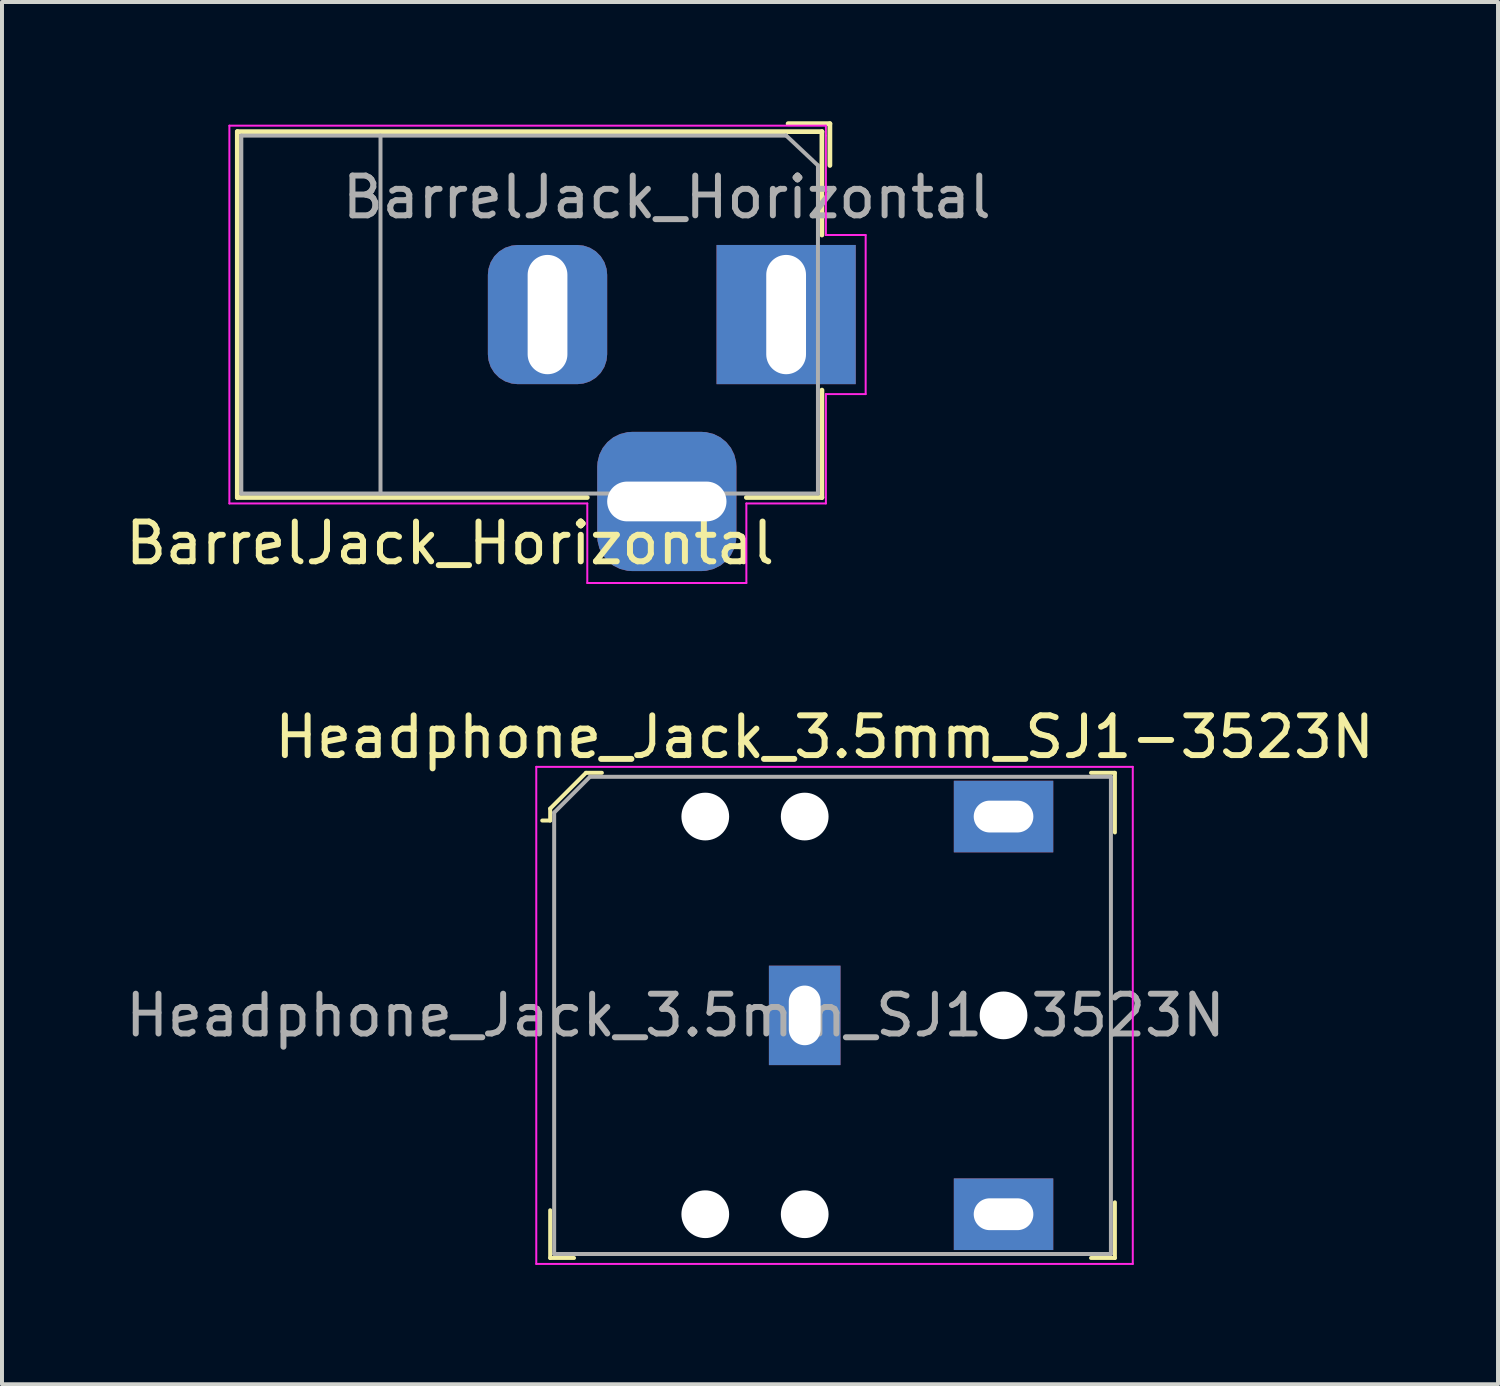
<source format=kicad_pcb>
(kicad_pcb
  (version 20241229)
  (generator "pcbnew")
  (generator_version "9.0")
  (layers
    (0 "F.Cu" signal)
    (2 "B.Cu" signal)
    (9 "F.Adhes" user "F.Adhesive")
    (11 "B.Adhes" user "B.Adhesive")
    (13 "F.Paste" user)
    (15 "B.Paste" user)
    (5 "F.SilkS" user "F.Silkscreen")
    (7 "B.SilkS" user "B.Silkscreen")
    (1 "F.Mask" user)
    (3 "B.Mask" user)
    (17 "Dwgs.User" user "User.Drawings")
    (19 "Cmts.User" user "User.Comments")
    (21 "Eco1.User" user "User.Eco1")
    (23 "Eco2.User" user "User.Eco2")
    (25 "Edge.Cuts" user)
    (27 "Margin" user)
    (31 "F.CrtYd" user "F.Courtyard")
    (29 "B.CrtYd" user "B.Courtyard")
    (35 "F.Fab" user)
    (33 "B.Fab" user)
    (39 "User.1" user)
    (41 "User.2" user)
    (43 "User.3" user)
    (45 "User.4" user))
  (footprint "BarrelJack_Horizontal"
    (layer "F.Cu")
    (at 16.718 4.86)
    (property "Reference" "BarrelJack_Horizontal" (at -8.45 5.75 0) (layer "F.SilkS") (effects (font (size 1 1) (thickness 0.15))))
    (attr through_hole)
    (fp_line (start -13.8 -4.6) (end 0.9 -4.6) (stroke (width 0.12) (type solid)) (layer "F.SilkS"))
    (fp_line (start -13.8 4.6) (end -13.8 -4.6) (stroke (width 0.12) (type solid)) (layer "F.SilkS"))
    (fp_line (start -5 4.6) (end -13.8 4.6) (stroke (width 0.12) (type solid)) (layer "F.SilkS"))
    (fp_line (start 0.05 -4.8) (end 1.1 -4.8) (stroke (width 0.12) (type solid)) (layer "F.SilkS"))
    (fp_line (start 0.9 -4.6) (end 0.9 -2) (stroke (width 0.12) (type solid)) (layer "F.SilkS"))
    (fp_line (start 0.9 1.9) (end 0.9 4.6) (stroke (width 0.12) (type solid)) (layer "F.SilkS"))
    (fp_line (start 0.9 4.6) (end -1 4.6) (stroke (width 0.12) (type solid)) (layer "F.SilkS"))
    (fp_line (start 1.1 -3.75) (end 1.1 -4.8) (stroke (width 0.12) (type solid)) (layer "F.SilkS"))
    (fp_line (start -14 4.75) (end -14 -4.75) (stroke (width 0.05) (type solid)) (layer "F.CrtYd"))
    (fp_line (start -5 4.75) (end -14 4.75) (stroke (width 0.05) (type solid)) (layer "F.CrtYd"))
    (fp_line (start -5 6.75) (end -5 4.75) (stroke (width 0.05) (type solid)) (layer "F.CrtYd"))
    (fp_line (start -1 4.75) (end -1 6.75) (stroke (width 0.05) (type solid)) (layer "F.CrtYd"))
    (fp_line (start -1 6.75) (end -5 6.75) (stroke (width 0.05) (type solid)) (layer "F.CrtYd"))
    (fp_line (start 1 -4.75) (end -14 -4.75) (stroke (width 0.05) (type solid)) (layer "F.CrtYd"))
    (fp_line (start 1 -4.5) (end 1 -4.75) (stroke (width 0.05) (type solid)) (layer "F.CrtYd"))
    (fp_line (start 1 -4.5) (end 1 -2) (stroke (width 0.05) (type solid)) (layer "F.CrtYd"))
    (fp_line (start 1 -2) (end 2 -2) (stroke (width 0.05) (type solid)) (layer "F.CrtYd"))
    (fp_line (start 1 2) (end 1 4.75) (stroke (width 0.05) (type solid)) (layer "F.CrtYd"))
    (fp_line (start 1 4.75) (end -1 4.75) (stroke (width 0.05) (type solid)) (layer "F.CrtYd"))
    (fp_line (start 2 -2) (end 2 2) (stroke (width 0.05) (type solid)) (layer "F.CrtYd"))
    (fp_line (start 2 2) (end 1 2) (stroke (width 0.05) (type solid)) (layer "F.CrtYd"))
    (fp_line (start -13.7 -4.5) (end -13.7 4.5) (stroke (width 0.1) (type solid)) (layer "F.Fab"))
    (fp_line (start -13.7 4.5) (end 0.8 4.5) (stroke (width 0.1) (type solid)) (layer "F.Fab"))
    (fp_line (start -10.2 -4.5) (end -10.2 4.5) (stroke (width 0.1) (type solid)) (layer "F.Fab"))
    (fp_line (start -0.003 -4.505) (end 0.8 -3.75) (stroke (width 0.1) (type solid)) (layer "F.Fab"))
    (fp_line (start 0 -4.5) (end -13.7 -4.5) (stroke (width 0.1) (type solid)) (layer "F.Fab"))
    (fp_line (start 0.8 4.5) (end 0.8 -3.75) (stroke (width 0.1) (type solid)) (layer "F.Fab"))
    (fp_text user "${REFERENCE}" (at -3 -2.95 0) (layer "F.Fab") (effects (font (size 1 1) (thickness 0.15))))
    (pad "1" thru_hole rect (at 0 0) (size 3.5 3.5) (drill oval 1 3) (layers "*.Cu" "*.Mask"))
    (pad "2" thru_hole roundrect (at -6 0) (size 3 3.5) (drill oval 1 3) (layers "*.Cu" "*.Mask") (roundrect_rratio 0.25))
    (pad "3" thru_hole roundrect (at -3 4.7) (size 3.5 3.5) (drill oval 3 1) (layers "*.Cu" "*.Mask") (roundrect_rratio 0.25)))
  (footprint "Headphone_Jack_3.5mm_SJ1-3523N"
    (layer "F.Cu")
    (at 22.185 22.483)
    (property "Reference" "Headphone_Jack_3.5mm_SJ1-3523N" (at -4.5 -7 0) (layer "F.SilkS") (effects (font (size 1 1) (thickness 0.15))))
    (attr through_hole)
    (fp_line (start -11.4 -5.2) (end -11.4 -4.9) (stroke (width 0.1) (type solid)) (layer "F.SilkS"))
    (fp_line (start -11.4 -4.9) (end -11.6 -4.9) (stroke (width 0.1) (type solid)) (layer "F.SilkS"))
    (fp_line (start -11.4 6.1) (end -11.4 4.9) (stroke (width 0.1) (type solid)) (layer "F.SilkS"))
    (fp_line (start -10.8 6.1) (end -11.4 6.1) (stroke (width 0.1) (type solid)) (layer "F.SilkS"))
    (fp_line (start -10.5 -6.1) (end -11.4 -5.2) (stroke (width 0.1) (type solid)) (layer "F.SilkS"))
    (fp_line (start -10.1 -6.1) (end -10.5 -6.1) (stroke (width 0.1) (type solid)) (layer "F.SilkS"))
    (fp_line (start 2.2 -6.1) (end 2.8 -6.1) (stroke (width 0.1) (type solid)) (layer "F.SilkS"))
    (fp_line (start 2.2 6.1) (end 2.8 6.1) (stroke (width 0.1) (type solid)) (layer "F.SilkS"))
    (fp_line (start 2.8 -6.1) (end 2.8 -4.6) (stroke (width 0.1) (type solid)) (layer "F.SilkS"))
    (fp_line (start 2.8 6.1) (end 2.8 4.7) (stroke (width 0.1) (type solid)) (layer "F.SilkS"))
    (fp_line (start -11.75 -6.25) (end -11.75 6.25) (stroke (width 0.05) (type solid)) (layer "F.CrtYd"))
    (fp_line (start -11.75 -6.25) (end 3.25 -6.25) (stroke (width 0.05) (type solid)) (layer "F.CrtYd"))
    (fp_line (start -11.75 6.25) (end 3.25 6.25) (stroke (width 0.05) (type solid)) (layer "F.CrtYd"))
    (fp_line (start 3.25 -6.25) (end 3.25 6.25) (stroke (width 0.05) (type solid)) (layer "F.CrtYd"))
    (fp_line (start -11.3 -5.1) (end -11.3 6) (stroke (width 0.1) (type solid)) (layer "F.Fab"))
    (fp_line (start -11.3 -5.1) (end -10.4 -6) (stroke (width 0.1) (type solid)) (layer "F.Fab"))
    (fp_line (start -11.3 6) (end 2.7 6) (stroke (width 0.1) (type solid)) (layer "F.Fab"))
    (fp_line (start -10.4 -6) (end 2.7 -6) (stroke (width 0.1) (type solid)) (layer "F.Fab"))
    (fp_line (start 2.7 -6) (end 2.7 6) (stroke (width 0.1) (type solid)) (layer "F.Fab"))
    (fp_text user "${REFERENCE}" (at -8.25 0 0) (layer "F.Fab") (effects (font (size 1 1) (thickness 0.15))))
    (pad "" np_thru_hole circle (at -7.5 -5) (size 1.2 1.2) (drill 1.2) (layers "*.Cu" "*.Mask"))
    (pad "" np_thru_hole circle (at -7.5 5) (size 1.2 1.2) (drill 1.2) (layers "*.Cu" "*.Mask"))
    (pad "" np_thru_hole circle (at -5 -5) (size 1.2 1.2) (drill 1.2) (layers "*.Cu" "*.Mask"))
    (pad "" np_thru_hole circle (at -5 5) (size 1.2 1.2) (drill 1.2) (layers "*.Cu" "*.Mask"))
    (pad "" np_thru_hole circle (at 0 0) (size 1.2 1.2) (drill 1.2) (layers "*.Cu" "*.Mask"))
    (pad "1" thru_hole rect (at -5 0) (size 1.8 2.5) (drill oval 0.8 1.5) (layers "*.Cu" "*.Mask"))
    (pad "2" thru_hole rect (at 0 5) (size 2.5 1.8) (drill oval 1.5 0.8) (layers "*.Cu" "*.Mask"))
    (pad "3" thru_hole rect (at 0 -5) (size 2.5 1.8) (drill oval 1.5 0.8) (layers "*.Cu" "*.Mask")))
  (gr_rect
    (start -3 -3)
    (end 34.619 31.758)
    (stroke (width 0.1) (type default))
    (fill no)
    (layer "Edge.Cuts")))
</source>
